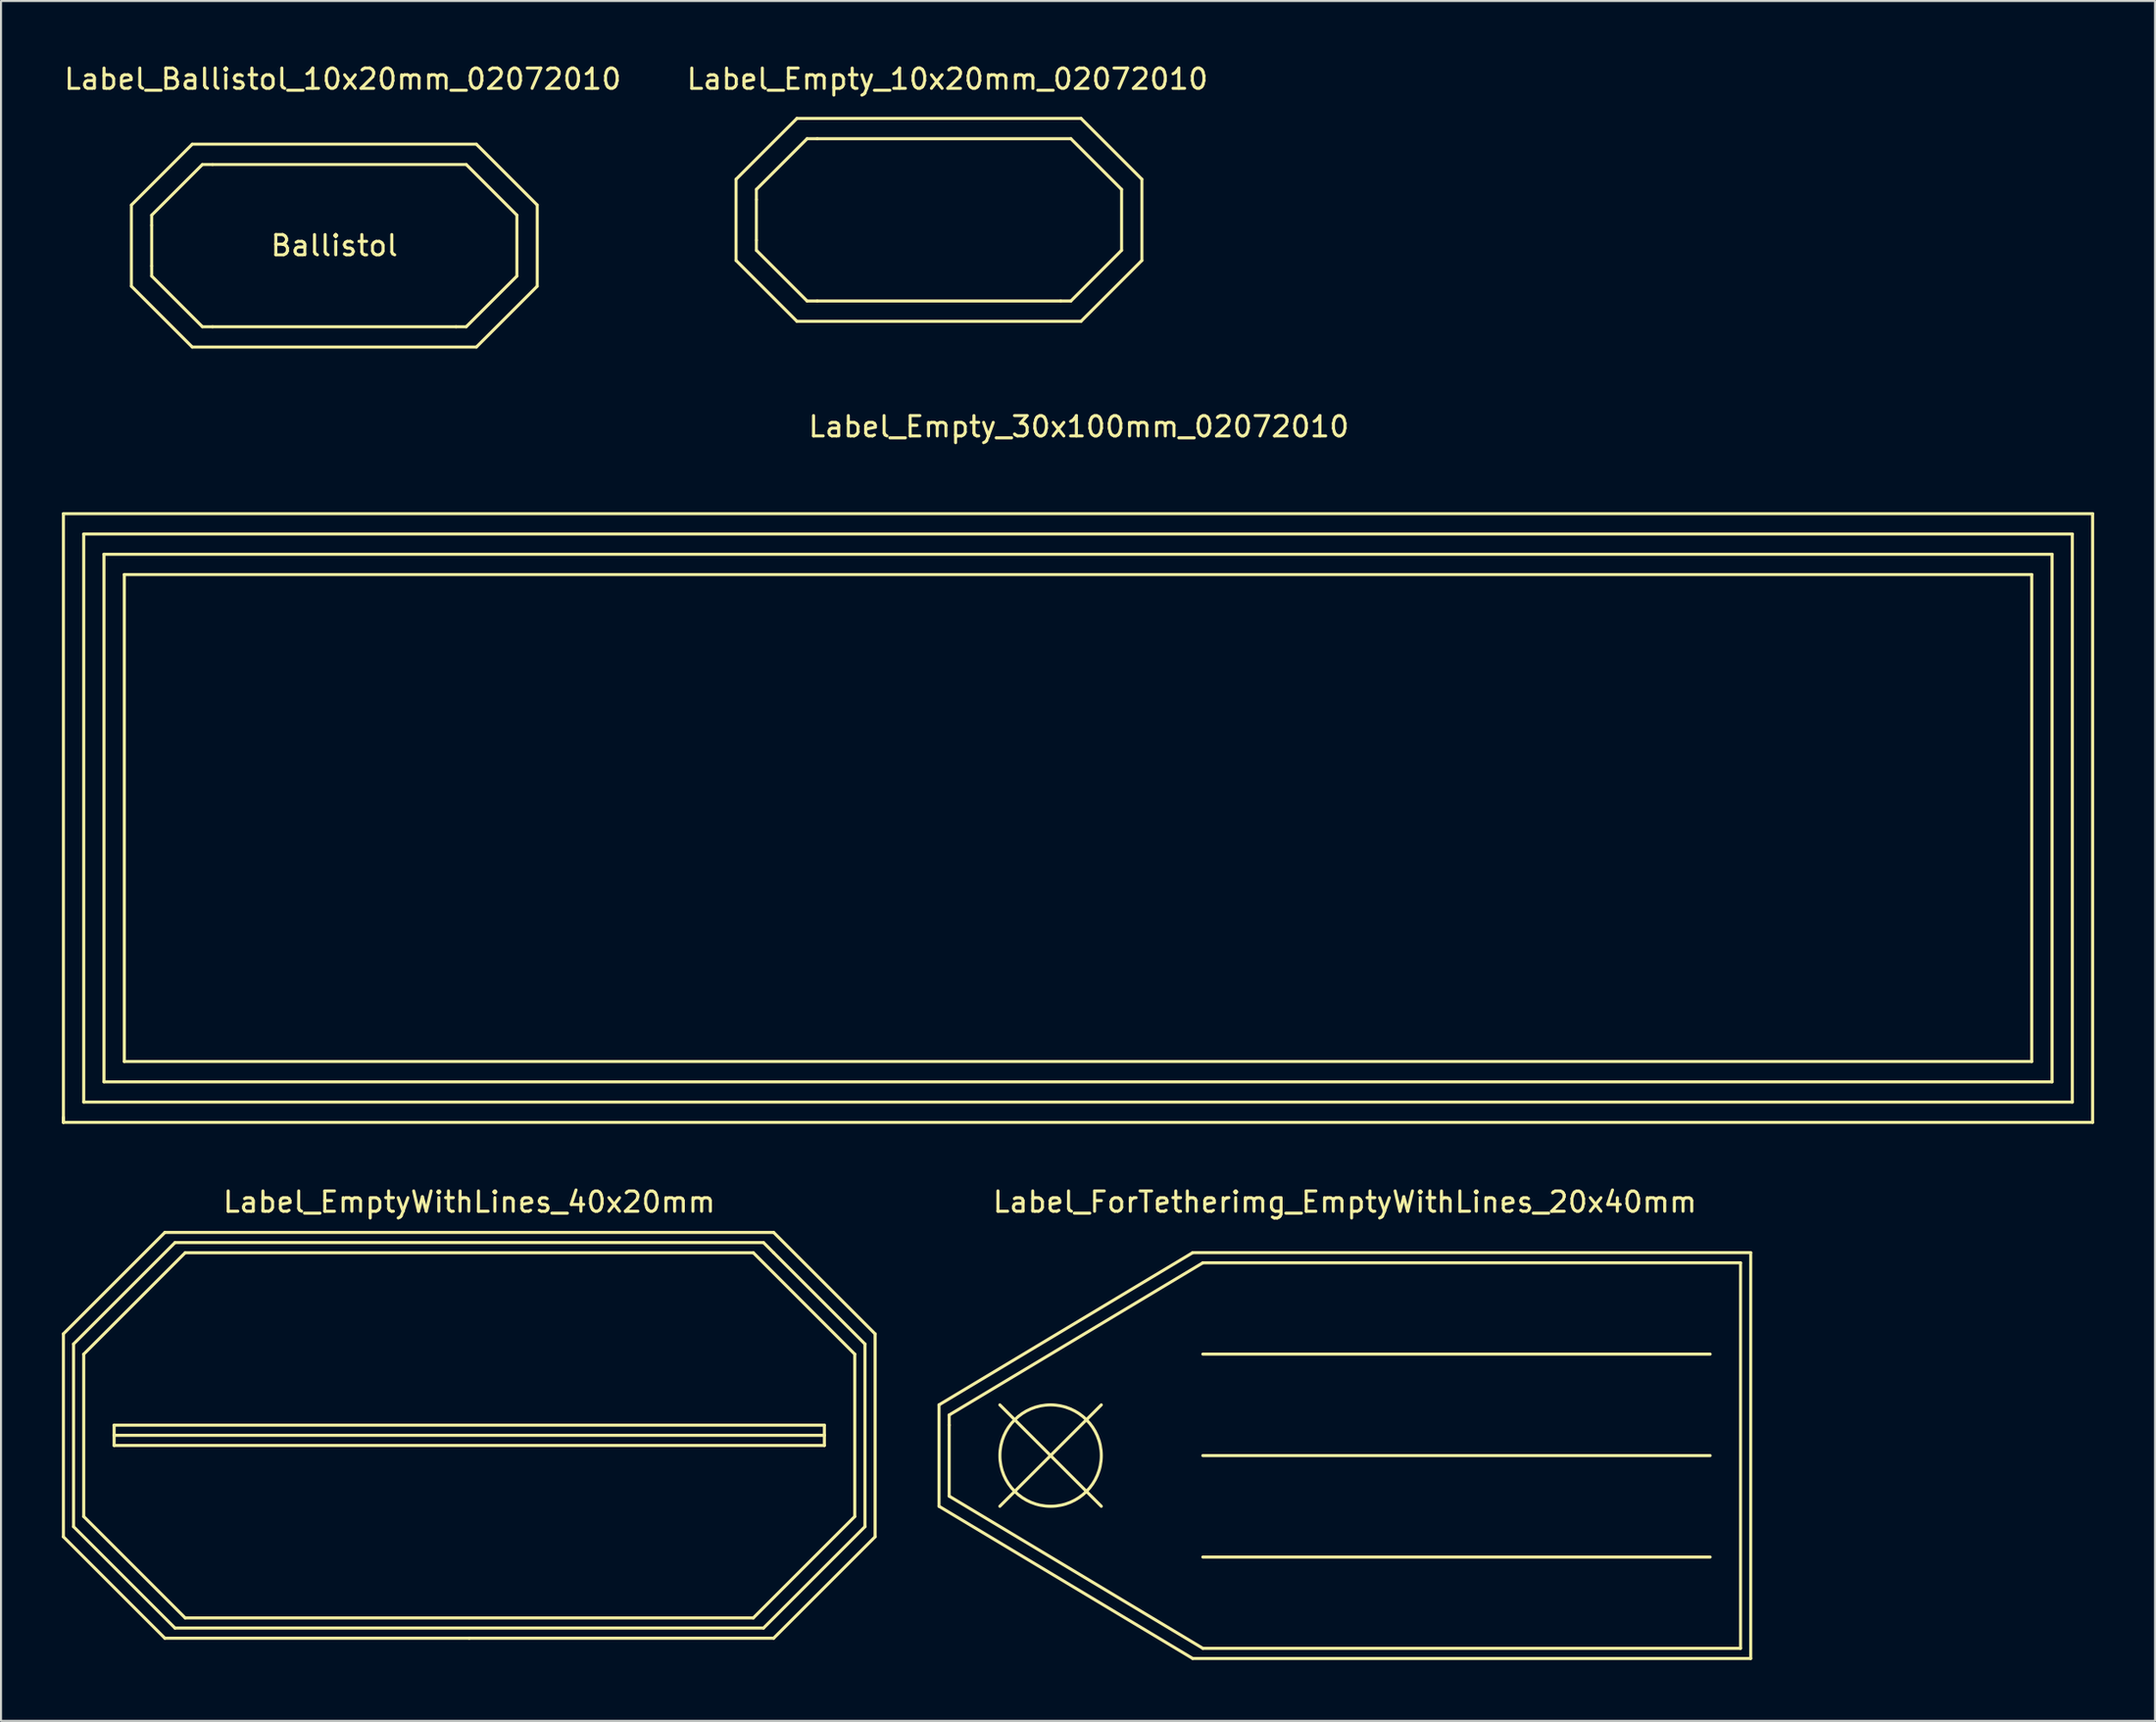
<source format=kicad_pcb>
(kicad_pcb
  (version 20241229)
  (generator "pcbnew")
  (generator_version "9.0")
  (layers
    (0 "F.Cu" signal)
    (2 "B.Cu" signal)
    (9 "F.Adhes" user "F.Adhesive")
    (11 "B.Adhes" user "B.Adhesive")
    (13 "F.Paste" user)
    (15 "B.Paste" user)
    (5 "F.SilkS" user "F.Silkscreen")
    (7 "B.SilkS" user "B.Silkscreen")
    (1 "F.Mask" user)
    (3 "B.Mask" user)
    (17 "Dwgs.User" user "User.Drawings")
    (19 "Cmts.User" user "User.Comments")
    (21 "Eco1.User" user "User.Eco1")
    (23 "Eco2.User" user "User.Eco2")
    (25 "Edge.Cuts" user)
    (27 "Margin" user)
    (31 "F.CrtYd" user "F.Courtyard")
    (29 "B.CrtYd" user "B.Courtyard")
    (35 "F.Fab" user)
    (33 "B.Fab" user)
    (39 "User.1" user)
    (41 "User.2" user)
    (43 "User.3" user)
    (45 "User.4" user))
  (footprint "Label_ForTetherimg_EmptyWithLines_20x40mm"
    (layer "F.Cu")
    (at 63.225 68.692)
    (property "Reference" "Label_ForTetherimg_EmptyWithLines_20x40mm" (at 0 -12.499 0) (layer "F.SilkS") (effects (font (size 1 1) (thickness 0.15))))
    (attr through_hole)
    (fp_line (start -20 -2.499) (end -20 2.499) (stroke (width 0.15) (type solid)) (layer "F.SilkS"))
    (fp_line (start -20 -2.499) (end -7.501 -10) (stroke (width 0.15) (type solid)) (layer "F.SilkS"))
    (fp_line (start -20 2.499) (end -7.501 10) (stroke (width 0.15) (type solid)) (layer "F.SilkS"))
    (fp_line (start -19.5 -1.999) (end -19.5 -1.501) (stroke (width 0.15) (type solid)) (layer "F.SilkS"))
    (fp_line (start -19.5 -1.999) (end -7 -9.5) (stroke (width 0.15) (type solid)) (layer "F.SilkS"))
    (fp_line (start -19.5 1.999) (end -19.5 -1.501) (stroke (width 0.15) (type solid)) (layer "F.SilkS"))
    (fp_line (start -17.003 -2.499) (end -12.002 2.499) (stroke (width 0.15) (type solid)) (layer "F.SilkS"))
    (fp_line (start -17.003 2.499) (end -12.002 -2.499) (stroke (width 0.15) (type solid)) (layer "F.SilkS"))
    (fp_line (start -7.501 -10) (end 20 -10) (stroke (width 0.15) (type solid)) (layer "F.SilkS"))
    (fp_line (start -7 -9.5) (end 19.5 -9.5) (stroke (width 0.15) (type solid)) (layer "F.SilkS"))
    (fp_line (start -7 -5.001) (end 18.001 -5.001) (stroke (width 0.15) (type solid)) (layer "F.SilkS"))
    (fp_line (start -7 0) (end 18.001 0) (stroke (width 0.15) (type solid)) (layer "F.SilkS"))
    (fp_line (start -7 5.001) (end 18.001 5.001) (stroke (width 0.15) (type solid)) (layer "F.SilkS"))
    (fp_line (start -7 9.5) (end -19.5 1.999) (stroke (width 0.15) (type solid)) (layer "F.SilkS"))
    (fp_line (start 19.5 -9.5) (end 19.5 9.5) (stroke (width 0.15) (type solid)) (layer "F.SilkS"))
    (fp_line (start 19.5 9.5) (end -7 9.5) (stroke (width 0.15) (type solid)) (layer "F.SilkS"))
    (fp_line (start 20 -10) (end 20 10) (stroke (width 0.15) (type solid)) (layer "F.SilkS"))
    (fp_line (start 20 10) (end -7.501 10) (stroke (width 0.15) (type solid)) (layer "F.SilkS"))
    (fp_circle (center -14.501 0) (end -12.002 0) (stroke (width 0.15) (type solid)) (fill no) (layer "F.SilkS")))
  (footprint "Label_Empty_30x100mm_02072010"
    (layer "F.Cu")
    (at 50.113 37.283)
    (property "Reference" "Label_Empty_30x100mm_02072010" (at 0 -19.304 0) (layer "F.SilkS") (effects (font (size 1 1) (thickness 0.15))))
    (attr through_hole)
    (fp_line (start -50.038 -15.014) (end -50.038 14.986) (stroke (width 0.15) (type solid)) (layer "F.SilkS"))
    (fp_line (start -50.038 14.986) (end -50.038 14.737) (stroke (width 0.15) (type solid)) (layer "F.SilkS"))
    (fp_line (start -50.038 14.986) (end 49.962 14.986) (stroke (width 0.15) (type solid)) (layer "F.SilkS"))
    (fp_line (start -49.037 -14.013) (end -49.037 13.985) (stroke (width 0.15) (type solid)) (layer "F.SilkS"))
    (fp_line (start -49.037 13.985) (end 48.961 13.985) (stroke (width 0.15) (type solid)) (layer "F.SilkS"))
    (fp_line (start -48.039 -13.015) (end -48.039 12.987) (stroke (width 0.15) (type solid)) (layer "F.SilkS"))
    (fp_line (start -48.039 12.987) (end 47.963 12.987) (stroke (width 0.15) (type solid)) (layer "F.SilkS"))
    (fp_line (start -47.038 -12.014) (end -47.038 11.986) (stroke (width 0.15) (type solid)) (layer "F.SilkS"))
    (fp_line (start -47.038 11.986) (end 46.962 11.986) (stroke (width 0.15) (type solid)) (layer "F.SilkS"))
    (fp_line (start 46.962 -12.014) (end -47.038 -12.014) (stroke (width 0.15) (type solid)) (layer "F.SilkS"))
    (fp_line (start 46.962 11.986) (end 46.962 -12.014) (stroke (width 0.15) (type solid)) (layer "F.SilkS"))
    (fp_line (start 47.963 -13.015) (end -48.039 -13.015) (stroke (width 0.15) (type solid)) (layer "F.SilkS"))
    (fp_line (start 47.963 12.987) (end 47.963 -13.015) (stroke (width 0.15) (type solid)) (layer "F.SilkS"))
    (fp_line (start 48.961 -14.013) (end -49.037 -14.013) (stroke (width 0.15) (type solid)) (layer "F.SilkS"))
    (fp_line (start 48.961 13.985) (end 48.961 -14.013) (stroke (width 0.15) (type solid)) (layer "F.SilkS"))
    (fp_line (start 49.962 -15.014) (end -50.038 -15.014) (stroke (width 0.15) (type solid)) (layer "F.SilkS"))
    (fp_line (start 49.962 14.986) (end 49.962 -15.014) (stroke (width 0.15) (type solid)) (layer "F.SilkS"))
    (fp_text user "" (at -0.038 7.986 0) (layer "F.SilkS") (effects (font (size 1 1) (thickness 0.15)))))
  (footprint "Label_Empty_10x20mm_02072010"
    (layer "F.Cu")
    (at 43.637 7.96)
    (property "Reference" "Label_Empty_10x20mm_02072010" (at 0 -7.112 0) (layer "F.SilkS") (effects (font (size 1 1) (thickness 0.15))))
    (attr through_hole)
    (fp_line (start -10.414 -2.174) (end -10.414 1.826) (stroke (width 0.15) (type solid)) (layer "F.SilkS"))
    (fp_line (start -10.414 -2.174) (end -7.414 -5.174) (stroke (width 0.15) (type solid)) (layer "F.SilkS"))
    (fp_line (start -10.414 1.826) (end -7.414 4.826) (stroke (width 0.15) (type solid)) (layer "F.SilkS"))
    (fp_line (start -9.413 -1.674) (end -6.914 -4.173) (stroke (width 0.15) (type solid)) (layer "F.SilkS"))
    (fp_line (start -9.413 -1.173) (end -9.413 -1.674) (stroke (width 0.15) (type solid)) (layer "F.SilkS"))
    (fp_line (start -9.413 -1.173) (end -9.413 0.826) (stroke (width 0.15) (type solid)) (layer "F.SilkS"))
    (fp_line (start -9.413 0.826) (end -9.413 1.326) (stroke (width 0.15) (type solid)) (layer "F.SilkS"))
    (fp_line (start -9.413 1.326) (end -6.914 3.825) (stroke (width 0.15) (type solid)) (layer "F.SilkS"))
    (fp_line (start -7.414 -5.174) (end 6.586 -5.174) (stroke (width 0.15) (type solid)) (layer "F.SilkS"))
    (fp_line (start -6.914 -4.173) (end -6.413 -4.173) (stroke (width 0.15) (type solid)) (layer "F.SilkS"))
    (fp_line (start -6.914 3.825) (end -6.413 3.825) (stroke (width 0.15) (type solid)) (layer "F.SilkS"))
    (fp_line (start -6.413 3.825) (end 5.585 3.825) (stroke (width 0.15) (type solid)) (layer "F.SilkS"))
    (fp_line (start 6.086 -4.173) (end -6.413 -4.173) (stroke (width 0.15) (type solid)) (layer "F.SilkS"))
    (fp_line (start 6.086 3.825) (end 5.585 3.825) (stroke (width 0.15) (type solid)) (layer "F.SilkS"))
    (fp_line (start 6.586 4.826) (end -7.414 4.826) (stroke (width 0.15) (type solid)) (layer "F.SilkS"))
    (fp_line (start 6.586 4.826) (end 9.586 1.826) (stroke (width 0.15) (type solid)) (layer "F.SilkS"))
    (fp_line (start 8.585 -1.674) (end 6.086 -4.173) (stroke (width 0.15) (type solid)) (layer "F.SilkS"))
    (fp_line (start 8.585 -1.674) (end 8.585 1.326) (stroke (width 0.15) (type solid)) (layer "F.SilkS"))
    (fp_line (start 8.585 1.326) (end 6.086 3.825) (stroke (width 0.15) (type solid)) (layer "F.SilkS"))
    (fp_line (start 9.586 -2.174) (end 6.586 -5.174) (stroke (width 0.15) (type solid)) (layer "F.SilkS"))
    (fp_line (start 9.586 -2.174) (end 9.586 1.826) (stroke (width 0.15) (type solid)) (layer "F.SilkS")))
  (footprint "Label_EmptyWithLines_40x20mm"
    (layer "F.Cu")
    (at 20.075 67.694)
    (property "Reference" "Label_EmptyWithLines_40x20mm" (at 0 -11.501 0) (layer "F.SilkS") (effects (font (size 1 1) (thickness 0.15))))
    (attr through_hole)
    (fp_line (start -20 -5.001) (end -20 5.001) (stroke (width 0.15) (type solid)) (layer "F.SilkS"))
    (fp_line (start -20 5.001) (end -15.001 10) (stroke (width 0.15) (type solid)) (layer "F.SilkS"))
    (fp_line (start -19.5 -4.501) (end -14.501 -9.5) (stroke (width 0.15) (type solid)) (layer "F.SilkS"))
    (fp_line (start -19.5 4.501) (end -19.5 -4.501) (stroke (width 0.15) (type solid)) (layer "F.SilkS"))
    (fp_line (start -18.999 -4) (end -14 -8.999) (stroke (width 0.15) (type solid)) (layer "F.SilkS"))
    (fp_line (start -18.999 4) (end -18.999 -4) (stroke (width 0.15) (type solid)) (layer "F.SilkS"))
    (fp_line (start -17.501 -0.5) (end -17.501 0.5) (stroke (width 0.15) (type solid)) (layer "F.SilkS"))
    (fp_line (start -17.501 0) (end 17.501 0) (stroke (width 0.15) (type solid)) (layer "F.SilkS"))
    (fp_line (start -17.501 0.5) (end 17.501 0.5) (stroke (width 0.15) (type solid)) (layer "F.SilkS"))
    (fp_line (start -15.001 -10) (end -20 -5.001) (stroke (width 0.15) (type solid)) (layer "F.SilkS"))
    (fp_line (start -15.001 -10) (end 15.001 -10) (stroke (width 0.15) (type solid)) (layer "F.SilkS"))
    (fp_line (start -15.001 10) (end 0 10) (stroke (width 0.15) (type solid)) (layer "F.SilkS"))
    (fp_line (start -14.501 -9.5) (end 14.501 -9.5) (stroke (width 0.15) (type solid)) (layer "F.SilkS"))
    (fp_line (start -14.501 9.5) (end -19.5 4.501) (stroke (width 0.15) (type solid)) (layer "F.SilkS"))
    (fp_line (start -14 -8.999) (end 14 -8.999) (stroke (width 0.15) (type solid)) (layer "F.SilkS"))
    (fp_line (start -14 8.999) (end -18.999 4) (stroke (width 0.15) (type solid)) (layer "F.SilkS"))
    (fp_line (start 0 10) (end 15.001 10) (stroke (width 0.15) (type solid)) (layer "F.SilkS"))
    (fp_line (start 14 -8.999) (end 18.999 -4) (stroke (width 0.15) (type solid)) (layer "F.SilkS"))
    (fp_line (start 14 8.999) (end -14 8.999) (stroke (width 0.15) (type solid)) (layer "F.SilkS"))
    (fp_line (start 14.501 -9.5) (end 15.001 -8.999) (stroke (width 0.15) (type solid)) (layer "F.SilkS"))
    (fp_line (start 14.501 9.5) (end -14.501 9.5) (stroke (width 0.15) (type solid)) (layer "F.SilkS"))
    (fp_line (start 15.001 -10) (end 20 -5.001) (stroke (width 0.15) (type solid)) (layer "F.SilkS"))
    (fp_line (start 15.001 -8.999) (end 19.5 -4.501) (stroke (width 0.15) (type solid)) (layer "F.SilkS"))
    (fp_line (start 17.501 -0.5) (end -17.501 -0.5) (stroke (width 0.15) (type solid)) (layer "F.SilkS"))
    (fp_line (start 17.501 0) (end 17.501 -0.5) (stroke (width 0.15) (type solid)) (layer "F.SilkS"))
    (fp_line (start 17.501 0.5) (end 17.501 0) (stroke (width 0.15) (type solid)) (layer "F.SilkS"))
    (fp_line (start 18.999 -4) (end 18.999 4) (stroke (width 0.15) (type solid)) (layer "F.SilkS"))
    (fp_line (start 18.999 4) (end 14 8.999) (stroke (width 0.15) (type solid)) (layer "F.SilkS"))
    (fp_line (start 19.5 -4.501) (end 19.5 4.501) (stroke (width 0.15) (type solid)) (layer "F.SilkS"))
    (fp_line (start 19.5 4.501) (end 14.501 9.5) (stroke (width 0.15) (type solid)) (layer "F.SilkS"))
    (fp_line (start 20 -5.001) (end 20 5.001) (stroke (width 0.15) (type solid)) (layer "F.SilkS"))
    (fp_line (start 20 5.001) (end 15.001 10) (stroke (width 0.15) (type solid)) (layer "F.SilkS")))
  (footprint "Label_Ballistol_10x20mm_02072010"
    (layer "F.Cu")
    (at 13.839 8.976)
    (property "Reference" "Label_Ballistol_10x20mm_02072010" (at 0 -8.128 0) (layer "F.SilkS") (effects (font (size 1 1) (thickness 0.15))))
    (attr through_hole)
    (fp_line (start -10.414 -1.92) (end -10.414 2.08) (stroke (width 0.15) (type solid)) (layer "F.SilkS"))
    (fp_line (start -10.414 -1.92) (end -7.414 -4.92) (stroke (width 0.15) (type solid)) (layer "F.SilkS"))
    (fp_line (start -10.414 2.08) (end -7.414 5.08) (stroke (width 0.15) (type solid)) (layer "F.SilkS"))
    (fp_line (start -9.413 -1.42) (end -6.914 -3.919) (stroke (width 0.15) (type solid)) (layer "F.SilkS"))
    (fp_line (start -9.413 -0.919) (end -9.413 -1.42) (stroke (width 0.15) (type solid)) (layer "F.SilkS"))
    (fp_line (start -9.413 -0.919) (end -9.413 1.079) (stroke (width 0.15) (type solid)) (layer "F.SilkS"))
    (fp_line (start -9.413 1.079) (end -9.413 1.58) (stroke (width 0.15) (type solid)) (layer "F.SilkS"))
    (fp_line (start -9.413 1.58) (end -6.914 4.079) (stroke (width 0.15) (type solid)) (layer "F.SilkS"))
    (fp_line (start -7.414 -4.92) (end 6.586 -4.92) (stroke (width 0.15) (type solid)) (layer "F.SilkS"))
    (fp_line (start -6.914 -3.919) (end -6.413 -3.919) (stroke (width 0.15) (type solid)) (layer "F.SilkS"))
    (fp_line (start -6.914 4.079) (end -6.413 4.079) (stroke (width 0.15) (type solid)) (layer "F.SilkS"))
    (fp_line (start -6.413 4.079) (end 5.585 4.079) (stroke (width 0.15) (type solid)) (layer "F.SilkS"))
    (fp_line (start 6.086 -3.919) (end -6.413 -3.919) (stroke (width 0.15) (type solid)) (layer "F.SilkS"))
    (fp_line (start 6.086 4.079) (end 5.585 4.079) (stroke (width 0.15) (type solid)) (layer "F.SilkS"))
    (fp_line (start 6.586 5.08) (end -7.414 5.08) (stroke (width 0.15) (type solid)) (layer "F.SilkS"))
    (fp_line (start 6.586 5.08) (end 9.586 2.08) (stroke (width 0.15) (type solid)) (layer "F.SilkS"))
    (fp_line (start 8.585 -1.42) (end 6.086 -3.919) (stroke (width 0.15) (type solid)) (layer "F.SilkS"))
    (fp_line (start 8.585 -1.42) (end 8.585 1.58) (stroke (width 0.15) (type solid)) (layer "F.SilkS"))
    (fp_line (start 8.585 1.58) (end 6.086 4.079) (stroke (width 0.15) (type solid)) (layer "F.SilkS"))
    (fp_line (start 9.586 -1.92) (end 6.586 -4.92) (stroke (width 0.15) (type solid)) (layer "F.SilkS"))
    (fp_line (start 9.586 -1.92) (end 9.586 2.08) (stroke (width 0.15) (type solid)) (layer "F.SilkS"))
    (fp_text user "Ballistol" (at -0.414 0.079 0) (layer "F.SilkS") (effects (font (size 1 1) (thickness 0.15)))))
  (gr_rect
    (start -3 -3)
    (end 103.15 81.767)
    (stroke (width 0.1) (type default))
    (fill no)
    (layer "Edge.Cuts")))
</source>
